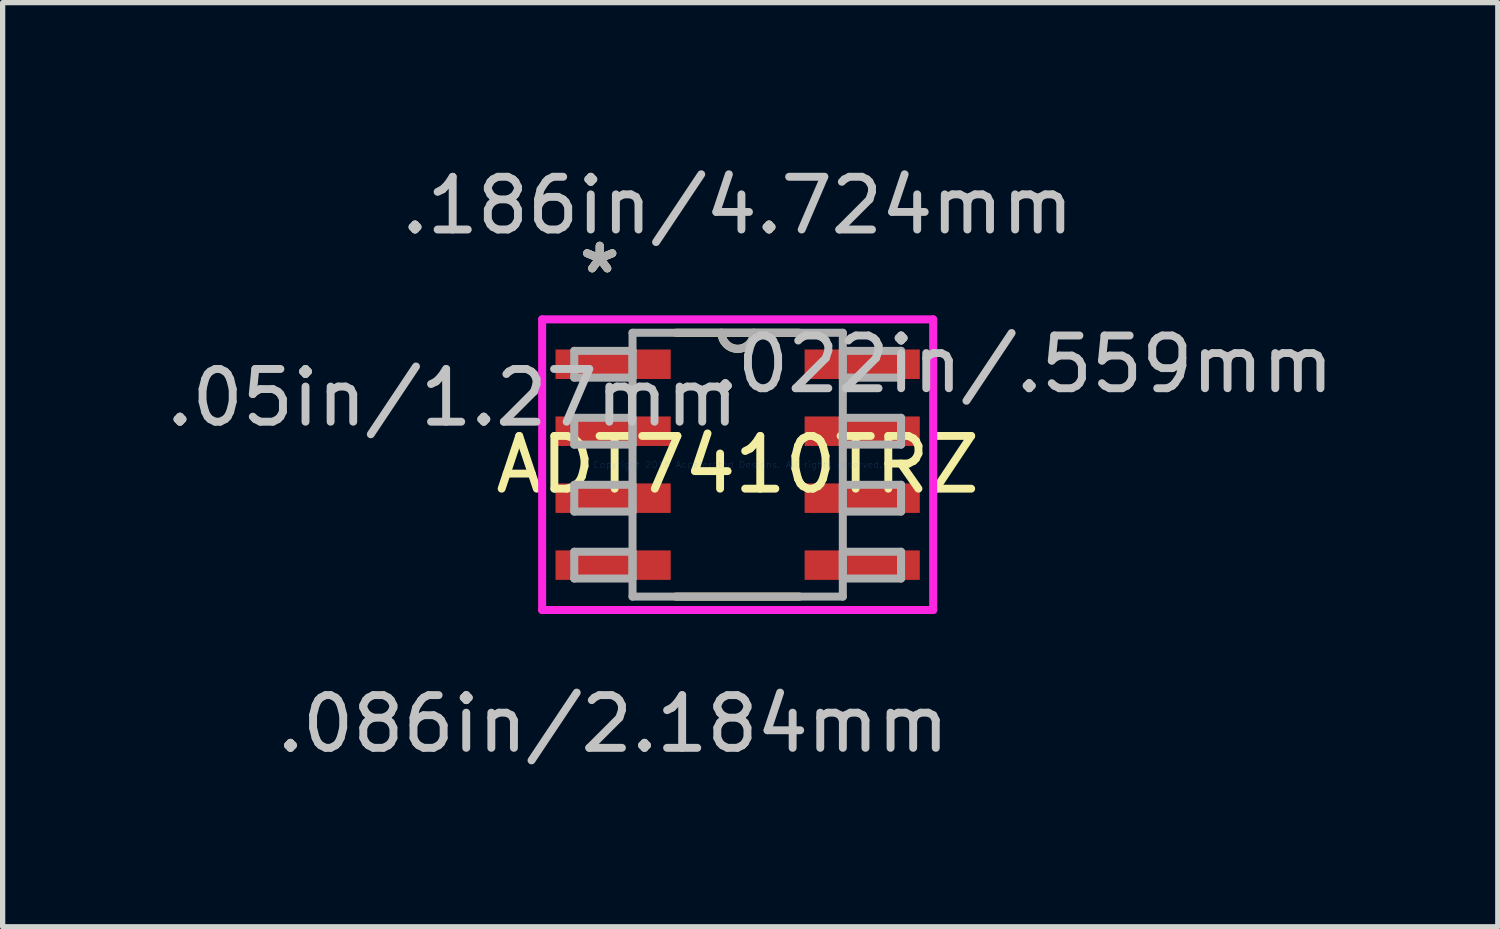
<source format=kicad_pcb>
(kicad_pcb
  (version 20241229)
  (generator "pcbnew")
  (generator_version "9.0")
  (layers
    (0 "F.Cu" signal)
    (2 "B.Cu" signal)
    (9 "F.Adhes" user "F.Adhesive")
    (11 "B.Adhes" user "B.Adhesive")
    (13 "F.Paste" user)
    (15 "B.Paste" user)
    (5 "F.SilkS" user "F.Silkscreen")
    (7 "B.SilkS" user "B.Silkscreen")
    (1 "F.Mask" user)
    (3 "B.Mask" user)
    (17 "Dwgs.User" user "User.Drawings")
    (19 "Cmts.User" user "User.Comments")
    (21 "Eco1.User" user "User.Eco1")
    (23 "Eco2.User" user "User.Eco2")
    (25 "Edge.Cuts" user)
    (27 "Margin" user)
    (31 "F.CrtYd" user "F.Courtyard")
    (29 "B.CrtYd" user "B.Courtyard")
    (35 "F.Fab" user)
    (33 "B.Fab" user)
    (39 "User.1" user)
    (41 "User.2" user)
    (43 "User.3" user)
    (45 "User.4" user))
  (footprint "ADT7410TRZ"
    (layer "F.Cu")
    (at 10.94 5.763)
    (property "Reference" "ADT7410TRZ" (at 0 0 0) (layer "F.SilkS") (effects (font (size 1 1) (thickness 0.15))))
    (attr through_hole)
    (fp_line (start -1.17 2.502) (end 1.17 2.502) (stroke (width 0.152) (type solid)) (layer "F.SilkS"))
    (fp_line (start 1.17 -2.502) (end -1.17 -2.502) (stroke (width 0.152) (type solid)) (layer "F.SilkS"))
    (fp_arc (start 0.3048 -2.5019) (mid 0 -2.1971) (end -0.3048 -2.5019) (stroke (width 0.1524) (type solid)) (layer "F.SilkS"))
    (fp_line (start -3.708 -2.756) (end 3.708 -2.756) (stroke (width 0.152) (type solid)) (layer "F.CrtYd"))
    (fp_line (start -3.708 2.756) (end -3.708 -2.756) (stroke (width 0.152) (type solid)) (layer "F.CrtYd"))
    (fp_line (start 3.708 -2.756) (end 3.708 2.756) (stroke (width 0.152) (type solid)) (layer "F.CrtYd"))
    (fp_line (start 3.708 2.756) (end -3.708 2.756) (stroke (width 0.152) (type solid)) (layer "F.CrtYd"))
    (fp_line (start -3.099 -2.159) (end -3.099 -1.651) (stroke (width 0.152) (type solid)) (layer "F.Fab"))
    (fp_line (start -3.099 -1.651) (end -1.994 -1.651) (stroke (width 0.152) (type solid)) (layer "F.Fab"))
    (fp_line (start -3.099 -0.889) (end -3.099 -0.381) (stroke (width 0.152) (type solid)) (layer "F.Fab"))
    (fp_line (start -3.099 -0.381) (end -1.994 -0.381) (stroke (width 0.152) (type solid)) (layer "F.Fab"))
    (fp_line (start -3.099 0.381) (end -3.099 0.889) (stroke (width 0.152) (type solid)) (layer "F.Fab"))
    (fp_line (start -3.099 0.889) (end -1.994 0.889) (stroke (width 0.152) (type solid)) (layer "F.Fab"))
    (fp_line (start -3.099 1.651) (end -3.099 2.159) (stroke (width 0.152) (type solid)) (layer "F.Fab"))
    (fp_line (start -3.099 2.159) (end -1.994 2.159) (stroke (width 0.152) (type solid)) (layer "F.Fab"))
    (fp_line (start -1.994 -2.502) (end -1.994 2.502) (stroke (width 0.152) (type solid)) (layer "F.Fab"))
    (fp_line (start -1.994 -2.159) (end -3.099 -2.159) (stroke (width 0.152) (type solid)) (layer "F.Fab"))
    (fp_line (start -1.994 -1.651) (end -1.994 -2.159) (stroke (width 0.152) (type solid)) (layer "F.Fab"))
    (fp_line (start -1.994 -0.889) (end -3.099 -0.889) (stroke (width 0.152) (type solid)) (layer "F.Fab"))
    (fp_line (start -1.994 -0.381) (end -1.994 -0.889) (stroke (width 0.152) (type solid)) (layer "F.Fab"))
    (fp_line (start -1.994 0.381) (end -3.099 0.381) (stroke (width 0.152) (type solid)) (layer "F.Fab"))
    (fp_line (start -1.994 0.889) (end -1.994 0.381) (stroke (width 0.152) (type solid)) (layer "F.Fab"))
    (fp_line (start -1.994 1.651) (end -3.099 1.651) (stroke (width 0.152) (type solid)) (layer "F.Fab"))
    (fp_line (start -1.994 2.159) (end -1.994 1.651) (stroke (width 0.152) (type solid)) (layer "F.Fab"))
    (fp_line (start -1.994 2.502) (end 1.994 2.502) (stroke (width 0.152) (type solid)) (layer "F.Fab"))
    (fp_line (start 1.994 -2.502) (end -1.994 -2.502) (stroke (width 0.152) (type solid)) (layer "F.Fab"))
    (fp_line (start 1.994 -2.159) (end 1.994 -1.651) (stroke (width 0.152) (type solid)) (layer "F.Fab"))
    (fp_line (start 1.994 -1.651) (end 3.099 -1.651) (stroke (width 0.152) (type solid)) (layer "F.Fab"))
    (fp_line (start 1.994 -0.889) (end 1.994 -0.381) (stroke (width 0.152) (type solid)) (layer "F.Fab"))
    (fp_line (start 1.994 -0.381) (end 3.099 -0.381) (stroke (width 0.152) (type solid)) (layer "F.Fab"))
    (fp_line (start 1.994 0.381) (end 1.994 0.889) (stroke (width 0.152) (type solid)) (layer "F.Fab"))
    (fp_line (start 1.994 0.889) (end 3.099 0.889) (stroke (width 0.152) (type solid)) (layer "F.Fab"))
    (fp_line (start 1.994 1.651) (end 1.994 2.159) (stroke (width 0.152) (type solid)) (layer "F.Fab"))
    (fp_line (start 1.994 2.159) (end 3.099 2.159) (stroke (width 0.152) (type solid)) (layer "F.Fab"))
    (fp_line (start 1.994 2.502) (end 1.994 -2.502) (stroke (width 0.152) (type solid)) (layer "F.Fab"))
    (fp_line (start 3.099 -2.159) (end 1.994 -2.159) (stroke (width 0.152) (type solid)) (layer "F.Fab"))
    (fp_line (start 3.099 -1.651) (end 3.099 -2.159) (stroke (width 0.152) (type solid)) (layer "F.Fab"))
    (fp_line (start 3.099 -0.889) (end 1.994 -0.889) (stroke (width 0.152) (type solid)) (layer "F.Fab"))
    (fp_line (start 3.099 -0.381) (end 3.099 -0.889) (stroke (width 0.152) (type solid)) (layer "F.Fab"))
    (fp_line (start 3.099 0.381) (end 1.994 0.381) (stroke (width 0.152) (type solid)) (layer "F.Fab"))
    (fp_line (start 3.099 0.889) (end 3.099 0.381) (stroke (width 0.152) (type solid)) (layer "F.Fab"))
    (fp_line (start 3.099 1.651) (end 1.994 1.651) (stroke (width 0.152) (type solid)) (layer "F.Fab"))
    (fp_line (start 3.099 2.159) (end 3.099 1.651) (stroke (width 0.152) (type solid)) (layer "F.Fab"))
    (fp_arc (start 0.3048 -2.5019) (mid 0 -2.1971) (end -0.3048 -2.5019) (stroke (width 0.1524) (type solid)) (layer "F.Fab"))
    (fp_text user "*" (at -2.616 -3.607 0) (layer "F.SilkS") (effects (font (size 1 1) (thickness 0.15))))
    (fp_text user "*" (at -2.616 -3.607 0) (layer "F.SilkS") (effects (font (size 1 1) (thickness 0.15))))
    (fp_text user ".022in/.559mm" (at 5.41 -1.905 0) (layer "Dwgs.User") (effects (font (size 1 1) (thickness 0.15))))
    (fp_text user ".086in/2.184mm" (at -2.362 4.915 0) (layer "Dwgs.User") (effects (font (size 1 1) (thickness 0.15))))
    (fp_text user ".186in/4.724mm" (at 0 -4.915 0) (layer "Dwgs.User") (effects (font (size 1 1) (thickness 0.15))))
    (fp_text user ".05in/1.27mm" (at -5.41 -1.27 0) (layer "Dwgs.User") (effects (font (size 1 1) (thickness 0.15))))
    (fp_text user "Copyright 2016 Accelerated Designs. All rights reserved." (at 0 0 0) (layer "Cmts.User") (effects (font (size 0.127 0.127) (thickness 0.002))))
    (fp_text user "*" (at -2.616 -3.607 0) (layer "F.Fab") (effects (font (size 1 1) (thickness 0.15))))
    (fp_text user "*" (at -2.616 -3.607 0) (layer "F.Fab") (effects (font (size 1 1) (thickness 0.15))))
    (pad "1" smd rect (at -2.362 -1.905) (size 2.184 0.559) (layers "F.Cu" "F.Mask" "F.Paste"))
    (pad "2" smd rect (at -2.362 -0.635) (size 2.184 0.559) (layers "F.Cu" "F.Mask" "F.Paste"))
    (pad "3" smd rect (at -2.362 0.635) (size 2.184 0.559) (layers "F.Cu" "F.Mask" "F.Paste"))
    (pad "4" smd rect (at -2.362 1.905) (size 2.184 0.559) (layers "F.Cu" "F.Mask" "F.Paste"))
    (pad "5" smd rect (at 2.362 1.905) (size 2.184 0.559) (layers "F.Cu" "F.Mask" "F.Paste"))
    (pad "6" smd rect (at 2.362 0.635) (size 2.184 0.559) (layers "F.Cu" "F.Mask" "F.Paste"))
    (pad "7" smd rect (at 2.362 -0.635) (size 2.184 0.559) (layers "F.Cu" "F.Mask" "F.Paste"))
    (pad "8" smd rect (at 2.362 -1.905) (size 2.184 0.559) (layers "F.Cu" "F.Mask" "F.Paste")))
  (gr_rect
    (start -3 -3)
    (end 25.356 14.526)
    (stroke (width 0.1) (type default))
    (fill no)
    (layer "Edge.Cuts")))
</source>
